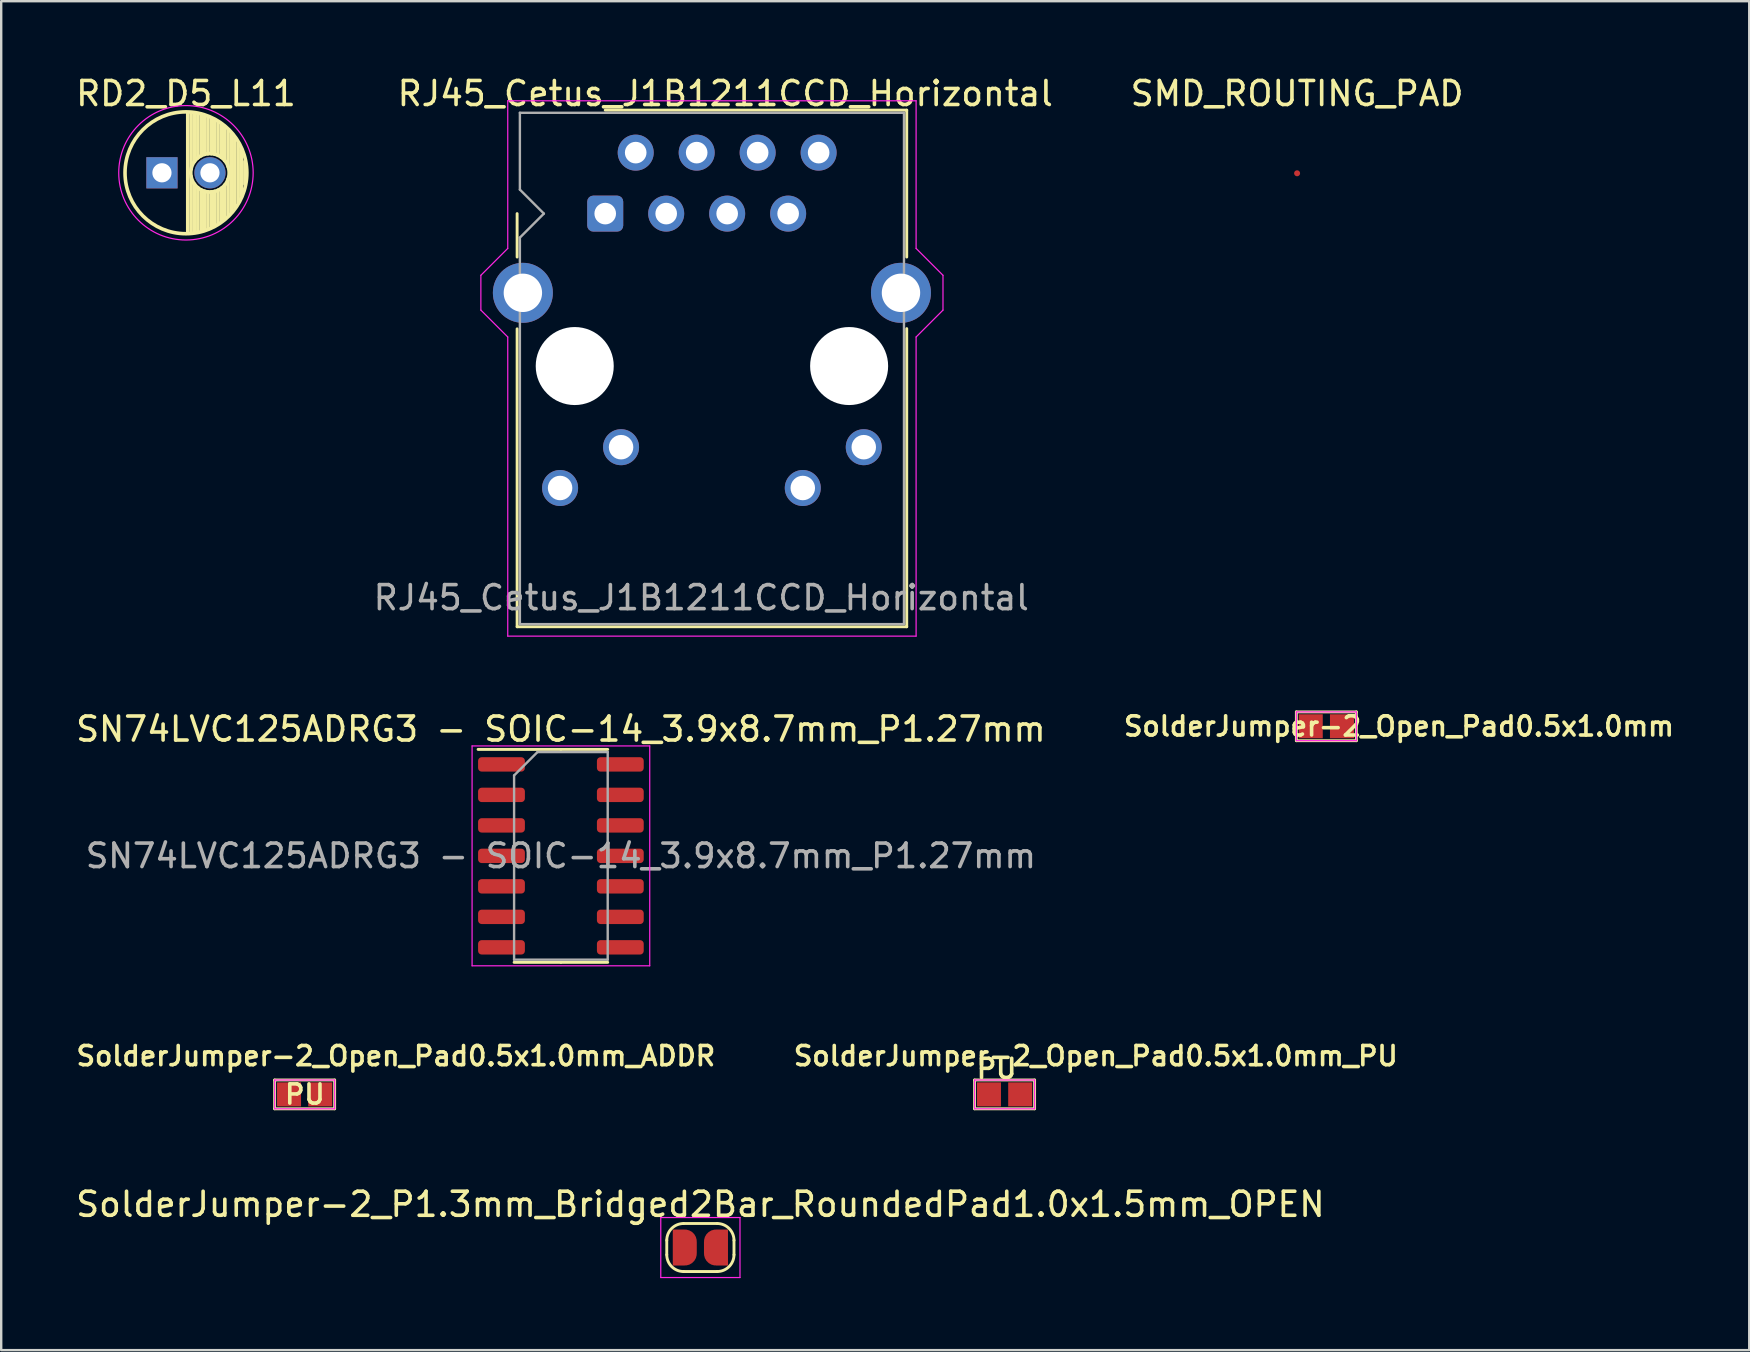
<source format=kicad_pcb>
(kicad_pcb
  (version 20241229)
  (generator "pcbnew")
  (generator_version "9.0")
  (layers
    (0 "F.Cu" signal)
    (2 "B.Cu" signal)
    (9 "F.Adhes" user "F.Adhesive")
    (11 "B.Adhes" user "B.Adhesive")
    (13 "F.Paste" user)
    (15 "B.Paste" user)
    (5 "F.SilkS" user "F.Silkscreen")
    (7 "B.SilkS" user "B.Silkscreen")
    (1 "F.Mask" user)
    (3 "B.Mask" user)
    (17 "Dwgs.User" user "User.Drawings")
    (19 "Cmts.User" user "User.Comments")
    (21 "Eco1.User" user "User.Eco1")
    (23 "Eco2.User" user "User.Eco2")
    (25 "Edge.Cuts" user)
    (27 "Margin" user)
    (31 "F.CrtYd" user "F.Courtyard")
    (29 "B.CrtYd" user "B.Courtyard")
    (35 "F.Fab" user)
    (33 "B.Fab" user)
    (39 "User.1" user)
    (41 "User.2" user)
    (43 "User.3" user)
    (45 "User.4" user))
  (footprint "RD2_D5_L11"
    (layer "F.Cu")
    (at 3.696 4.148)
    (property "Reference" "RD2_D5_L11" (at 1 -3.3 0) (layer "F.SilkS") (effects (font (size 1 1) (thickness 0.15))))
    (attr through_hole)
    (fp_line (start 1.075 -2.499) (end 1.075 2.499) (stroke (width 0.15) (type solid)) (layer "F.SilkS"))
    (fp_line (start 1.215 -2.491) (end 1.215 -0.154) (stroke (width 0.15) (type solid)) (layer "F.SilkS"))
    (fp_line (start 1.215 0.154) (end 1.215 2.491) (stroke (width 0.15) (type solid)) (layer "F.SilkS"))
    (fp_line (start 1.355 -2.475) (end 1.355 -0.473) (stroke (width 0.15) (type solid)) (layer "F.SilkS"))
    (fp_line (start 1.355 0.473) (end 1.355 2.475) (stroke (width 0.15) (type solid)) (layer "F.SilkS"))
    (fp_line (start 1.495 -2.451) (end 1.495 -0.62) (stroke (width 0.15) (type solid)) (layer "F.SilkS"))
    (fp_line (start 1.495 0.62) (end 1.495 2.451) (stroke (width 0.15) (type solid)) (layer "F.SilkS"))
    (fp_line (start 1.635 -2.418) (end 1.635 -0.712) (stroke (width 0.15) (type solid)) (layer "F.SilkS"))
    (fp_line (start 1.635 0.712) (end 1.635 2.418) (stroke (width 0.15) (type solid)) (layer "F.SilkS"))
    (fp_line (start 1.775 -2.377) (end 1.775 -0.768) (stroke (width 0.15) (type solid)) (layer "F.SilkS"))
    (fp_line (start 1.775 0.768) (end 1.775 2.377) (stroke (width 0.15) (type solid)) (layer "F.SilkS"))
    (fp_line (start 1.915 -2.327) (end 1.915 -0.795) (stroke (width 0.15) (type solid)) (layer "F.SilkS"))
    (fp_line (start 1.915 0.795) (end 1.915 2.327) (stroke (width 0.15) (type solid)) (layer "F.SilkS"))
    (fp_line (start 2.055 -2.266) (end 2.055 -0.798) (stroke (width 0.15) (type solid)) (layer "F.SilkS"))
    (fp_line (start 2.055 0.798) (end 2.055 2.266) (stroke (width 0.15) (type solid)) (layer "F.SilkS"))
    (fp_line (start 2.195 -2.196) (end 2.195 -0.776) (stroke (width 0.15) (type solid)) (layer "F.SilkS"))
    (fp_line (start 2.195 0.776) (end 2.195 2.196) (stroke (width 0.15) (type solid)) (layer "F.SilkS"))
    (fp_line (start 2.335 -2.114) (end 2.335 -0.726) (stroke (width 0.15) (type solid)) (layer "F.SilkS"))
    (fp_line (start 2.335 0.726) (end 2.335 2.114) (stroke (width 0.15) (type solid)) (layer "F.SilkS"))
    (fp_line (start 2.475 -2.019) (end 2.475 -0.644) (stroke (width 0.15) (type solid)) (layer "F.SilkS"))
    (fp_line (start 2.475 0.644) (end 2.475 2.019) (stroke (width 0.15) (type solid)) (layer "F.SilkS"))
    (fp_line (start 2.615 -1.908) (end 2.615 -0.512) (stroke (width 0.15) (type solid)) (layer "F.SilkS"))
    (fp_line (start 2.615 0.512) (end 2.615 1.908) (stroke (width 0.15) (type solid)) (layer "F.SilkS"))
    (fp_line (start 2.755 -1.78) (end 2.755 -0.265) (stroke (width 0.15) (type solid)) (layer "F.SilkS"))
    (fp_line (start 2.755 0.265) (end 2.755 1.78) (stroke (width 0.15) (type solid)) (layer "F.SilkS"))
    (fp_line (start 2.895 -1.631) (end 2.895 1.631) (stroke (width 0.15) (type solid)) (layer "F.SilkS"))
    (fp_line (start 3.035 -1.452) (end 3.035 1.452) (stroke (width 0.15) (type solid)) (layer "F.SilkS"))
    (fp_line (start 3.175 -1.233) (end 3.175 1.233) (stroke (width 0.15) (type solid)) (layer "F.SilkS"))
    (fp_line (start 3.315 -0.944) (end 3.315 0.944) (stroke (width 0.15) (type solid)) (layer "F.SilkS"))
    (fp_line (start 3.455 -0.472) (end 3.455 0.472) (stroke (width 0.15) (type solid)) (layer "F.SilkS"))
    (fp_circle (center 1 0) (end 1 -2.538) (stroke (width 0.15) (type solid)) (fill no) (layer "F.SilkS"))
    (fp_circle (center 2 0) (end 2 -0.8) (stroke (width 0.15) (type solid)) (fill no) (layer "F.SilkS"))
    (fp_circle (center 1 0) (end 1 -2.8) (stroke (width 0.05) (type solid)) (fill no) (layer "F.CrtYd"))
    (pad "1" thru_hole rect (at 0 0) (size 1.3 1.3) (drill 0.8) (layers "*.Cu" "*.Mask"))
    (pad "2" thru_hole circle (at 2 0) (size 1.3 1.3) (drill 0.8) (layers "*.Cu" "*.Mask")))
  (footprint "SolderJumper-2_Open_Pad0.5x1.0mm_ADDR"
    (layer "F.Cu")
    (at 9.64 42.538)
    (property "Reference" "SolderJumper-2_Open_Pad0.5x1.0mm_ADDR" (at 3.8 -1.6 180) (layer "F.SilkS") (effects (font (size 0.8 0.8) (thickness 0.15))))
    (property "Label" "PU" (at 0 0 0) (unlocked yes) (layer "F.Fab") (hide yes) (effects (font (size 1 1) (thickness 0.15))))
    (attr exclude_from_pos_files exclude_from_bom)
    (fp_line (start -1.25 -0.6) (end 1.25 -0.6) (stroke (width 0.12) (type solid)) (layer "F.SilkS"))
    (fp_line (start -1.25 0.6) (end -1.25 -0.6) (stroke (width 0.12) (type solid)) (layer "F.SilkS"))
    (fp_line (start 1.25 -0.6) (end 1.25 0.6) (stroke (width 0.12) (type solid)) (layer "F.SilkS"))
    (fp_line (start 1.25 0.6) (end -1.25 0.6) (stroke (width 0.12) (type solid)) (layer "F.SilkS"))
    (fp_line (start -1.25 -0.6) (end -1.25 0.6) (stroke (width 0.05) (type solid)) (layer "F.CrtYd"))
    (fp_line (start -1.25 -0.6) (end 1.25 -0.6) (stroke (width 0.05) (type solid)) (layer "F.CrtYd"))
    (fp_line (start 1.25 0.6) (end -1.25 0.6) (stroke (width 0.05) (type solid)) (layer "F.CrtYd"))
    (fp_line (start 1.25 0.6) (end 1.25 -0.6) (stroke (width 0.05) (type solid)) (layer "F.CrtYd"))
    (fp_text user "${Label}" (at 0.01 0 0) (unlocked yes) (layer "F.SilkS") (effects (font (size 0.8 0.8) (thickness 0.15) (bold yes))))
    (pad "1" smd rect (at -0.65 0 180) (size 1 1) (layers "F.Cu" "F.Mask"))
    (pad "2" smd rect (at 0.65 0 180) (size 1 1) (layers "F.Cu" "F.Mask")))
  (footprint "SN74LVC125ADRG3 - SOIC-14_3.9x8.7mm_P1.27mm"
    (layer "F.Cu")
    (at 20.315 32.602)
    (property "Reference" "SN74LVC125ADRG3 - SOIC-14_3.9x8.7mm_P1.27mm" (at 0 -5.28 0) (layer "F.SilkS") (effects (font (size 1 1) (thickness 0.15))))
    (attr smd)
    (fp_line (start 0 -4.435) (end -3.45 -4.435) (stroke (width 0.12) (type solid)) (layer "F.SilkS"))
    (fp_line (start 0 -4.435) (end 1.95 -4.435) (stroke (width 0.12) (type solid)) (layer "F.SilkS"))
    (fp_line (start 0 4.435) (end -1.95 4.435) (stroke (width 0.12) (type solid)) (layer "F.SilkS"))
    (fp_line (start 0 4.435) (end 1.95 4.435) (stroke (width 0.12) (type solid)) (layer "F.SilkS"))
    (fp_line (start -3.7 -4.58) (end -3.7 4.58) (stroke (width 0.05) (type solid)) (layer "F.CrtYd"))
    (fp_line (start -3.7 4.58) (end 3.7 4.58) (stroke (width 0.05) (type solid)) (layer "F.CrtYd"))
    (fp_line (start 3.7 -4.58) (end -3.7 -4.58) (stroke (width 0.05) (type solid)) (layer "F.CrtYd"))
    (fp_line (start 3.7 4.58) (end 3.7 -4.58) (stroke (width 0.05) (type solid)) (layer "F.CrtYd"))
    (fp_line (start -1.95 -3.35) (end -0.975 -4.325) (stroke (width 0.1) (type solid)) (layer "F.Fab"))
    (fp_line (start -1.95 4.325) (end -1.95 -3.35) (stroke (width 0.1) (type solid)) (layer "F.Fab"))
    (fp_line (start -0.975 -4.325) (end 1.95 -4.325) (stroke (width 0.1) (type solid)) (layer "F.Fab"))
    (fp_line (start 1.95 -4.325) (end 1.95 4.325) (stroke (width 0.1) (type solid)) (layer "F.Fab"))
    (fp_line (start 1.95 4.325) (end -1.95 4.325) (stroke (width 0.1) (type solid)) (layer "F.Fab"))
    (fp_text user "${REFERENCE}" (at 0 0 0) (layer "F.Fab") (effects (font (size 0.98 0.98) (thickness 0.15))))
    (pad "1" smd roundrect (at -2.475 -3.81) (size 1.95 0.6) (layers "F.Cu" "F.Mask" "F.Paste") (roundrect_rratio 0.25))
    (pad "2" smd roundrect (at -2.475 -2.54) (size 1.95 0.6) (layers "F.Cu" "F.Mask" "F.Paste") (roundrect_rratio 0.25))
    (pad "3" smd roundrect (at -2.475 -1.27) (size 1.95 0.6) (layers "F.Cu" "F.Mask" "F.Paste") (roundrect_rratio 0.25))
    (pad "4" smd roundrect (at -2.475 0) (size 1.95 0.6) (layers "F.Cu" "F.Mask" "F.Paste") (roundrect_rratio 0.25))
    (pad "5" smd roundrect (at -2.475 1.27) (size 1.95 0.6) (layers "F.Cu" "F.Mask" "F.Paste") (roundrect_rratio 0.25))
    (pad "6" smd roundrect (at -2.475 2.54) (size 1.95 0.6) (layers "F.Cu" "F.Mask" "F.Paste") (roundrect_rratio 0.25))
    (pad "7" smd roundrect (at -2.475 3.81) (size 1.95 0.6) (layers "F.Cu" "F.Mask" "F.Paste") (roundrect_rratio 0.25))
    (pad "8" smd roundrect (at 2.475 3.81) (size 1.95 0.6) (layers "F.Cu" "F.Mask" "F.Paste") (roundrect_rratio 0.25))
    (pad "9" smd roundrect (at 2.475 2.54) (size 1.95 0.6) (layers "F.Cu" "F.Mask" "F.Paste") (roundrect_rratio 0.25))
    (pad "10" smd roundrect (at 2.475 1.27) (size 1.95 0.6) (layers "F.Cu" "F.Mask" "F.Paste") (roundrect_rratio 0.25))
    (pad "11" smd roundrect (at 2.475 0) (size 1.95 0.6) (layers "F.Cu" "F.Mask" "F.Paste") (roundrect_rratio 0.25))
    (pad "12" smd roundrect (at 2.475 -1.27) (size 1.95 0.6) (layers "F.Cu" "F.Mask" "F.Paste") (roundrect_rratio 0.25))
    (pad "13" smd roundrect (at 2.475 -2.54) (size 1.95 0.6) (layers "F.Cu" "F.Mask" "F.Paste") (roundrect_rratio 0.25))
    (pad "14" smd roundrect (at 2.475 -3.81) (size 1.95 0.6) (layers "F.Cu" "F.Mask" "F.Paste") (roundrect_rratio 0.25)))
  (footprint "SolderJumper-2_Open_Pad0.5x1.0mm"
    (layer "F.Cu")
    (at 52.201 27.204)
    (property "Reference" "SolderJumper-2_Open_Pad0.5x1.0mm" (at 3.023 0 180) (layer "F.SilkS") (effects (font (size 0.8 0.8) (thickness 0.15))))
    (attr exclude_from_pos_files exclude_from_bom)
    (fp_line (start -1.25 -0.6) (end 1.25 -0.6) (stroke (width 0.12) (type solid)) (layer "F.SilkS"))
    (fp_line (start -1.25 0.6) (end -1.25 -0.6) (stroke (width 0.12) (type solid)) (layer "F.SilkS"))
    (fp_line (start 1.25 -0.6) (end 1.25 0.6) (stroke (width 0.12) (type solid)) (layer "F.SilkS"))
    (fp_line (start 1.25 0.6) (end -1.25 0.6) (stroke (width 0.12) (type solid)) (layer "F.SilkS"))
    (fp_line (start -1.25 -0.6) (end -1.25 0.6) (stroke (width 0.05) (type solid)) (layer "F.CrtYd"))
    (fp_line (start -1.25 -0.6) (end 1.25 -0.6) (stroke (width 0.05) (type solid)) (layer "F.CrtYd"))
    (fp_line (start 1.25 0.6) (end -1.25 0.6) (stroke (width 0.05) (type solid)) (layer "F.CrtYd"))
    (fp_line (start 1.25 0.6) (end 1.25 -0.6) (stroke (width 0.05) (type solid)) (layer "F.CrtYd"))
    (pad "1" smd rect (at -0.65 0 180) (size 1 1) (layers "F.Cu" "F.Mask"))
    (pad "2" smd rect (at 0.65 0 180) (size 1 1) (layers "F.Cu" "F.Mask")))
  (footprint "RJ45_Cetus_J1B1211CCD_Horizontal"
    (layer "F.Cu")
    (at 22.161 5.848)
    (property "Reference" "RJ45_Cetus_J1B1211CCD_Horizontal" (at 5 -5 0) (layer "F.SilkS") (effects (font (size 1 1) (thickness 0.15))))
    (attr through_hole)
    (fp_line (start -3.67 0) (end -3.67 1.81) (stroke (width 0.12) (type solid)) (layer "F.SilkS"))
    (fp_line (start -3.67 4.8) (end -3.67 17.21) (stroke (width 0.12) (type solid)) (layer "F.SilkS"))
    (fp_line (start 0 -4.31) (end 12.56 -4.31) (stroke (width 0.12) (type solid)) (layer "F.SilkS"))
    (fp_line (start 12.56 -4.31) (end 12.56 1.81) (stroke (width 0.12) (type solid)) (layer "F.SilkS"))
    (fp_line (start 12.56 4.79) (end 12.56 17.21) (stroke (width 0.12) (type solid)) (layer "F.SilkS"))
    (fp_line (start 12.56 17.21) (end -3.67 17.21) (stroke (width 0.12) (type solid)) (layer "F.SilkS"))
    (fp_line (start -5.18 4.02) (end -5.18 2.57) (stroke (width 0.05) (type solid)) (layer "F.CrtYd"))
    (fp_line (start -5.18 4.02) (end -4.06 5.14) (stroke (width 0.05) (type solid)) (layer "F.CrtYd"))
    (fp_line (start -4.06 -4.7) (end 12.95 -4.7) (stroke (width 0.05) (type solid)) (layer "F.CrtYd"))
    (fp_line (start -4.06 1.45) (end -5.18 2.57) (stroke (width 0.05) (type solid)) (layer "F.CrtYd"))
    (fp_line (start -4.06 1.45) (end -4.06 -4.7) (stroke (width 0.05) (type solid)) (layer "F.CrtYd"))
    (fp_line (start -4.06 5.14) (end -4.06 17.6) (stroke (width 0.05) (type solid)) (layer "F.CrtYd"))
    (fp_line (start -4.06 17.6) (end 12.95 17.6) (stroke (width 0.05) (type solid)) (layer "F.CrtYd"))
    (fp_line (start 12.95 1.45) (end 12.95 -4.7) (stroke (width 0.05) (type solid)) (layer "F.CrtYd"))
    (fp_line (start 12.95 1.45) (end 14.07 2.57) (stroke (width 0.05) (type solid)) (layer "F.CrtYd"))
    (fp_line (start 12.95 5.14) (end 12.95 17.6) (stroke (width 0.05) (type solid)) (layer "F.CrtYd"))
    (fp_line (start 14.07 4.02) (end 12.95 5.14) (stroke (width 0.05) (type solid)) (layer "F.CrtYd"))
    (fp_line (start 14.07 4.02) (end 14.07 2.57) (stroke (width 0.05) (type solid)) (layer "F.CrtYd"))
    (fp_line (start -3.555 -4.2) (end -3.555 -1) (stroke (width 0.1) (type solid)) (layer "F.Fab"))
    (fp_line (start -3.555 -4.2) (end 12.445 -4.2) (stroke (width 0.1) (type solid)) (layer "F.Fab"))
    (fp_line (start -3.555 1) (end -3.555 17.1) (stroke (width 0.1) (type solid)) (layer "F.Fab"))
    (fp_line (start -3.555 17.1) (end 12.445 17.1) (stroke (width 0.1) (type solid)) (layer "F.Fab"))
    (fp_line (start -2.555 0) (end -3.555 -1) (stroke (width 0.1) (type solid)) (layer "F.Fab"))
    (fp_line (start -2.555 0) (end -3.555 1) (stroke (width 0.1) (type solid)) (layer "F.Fab"))
    (fp_line (start 12.445 -4.2) (end 12.445 17.1) (stroke (width 0.1) (type solid)) (layer "F.Fab"))
    (fp_text user "${REFERENCE}" (at 4 16 0) (layer "F.Fab") (effects (font (size 1 1) (thickness 0.15))))
    (pad "" np_thru_hole circle (at -1.27 6.35) (size 3.25 3.25) (drill 3.25) (layers "*.Cu" "*.Mask"))
    (pad "" np_thru_hole circle (at 10.16 6.35) (size 3.25 3.25) (drill 3.25) (layers "*.Cu" "*.Mask"))
    (pad "1" thru_hole roundrect (at 0 0) (size 1.5 1.5) (drill 0.9) (layers "*.Cu" "*.Mask") (roundrect_rratio 0.167))
    (pad "2" thru_hole circle (at 1.27 -2.54) (size 1.5 1.5) (drill 0.9) (layers "*.Cu" "*.Mask"))
    (pad "3" thru_hole circle (at 2.54 0) (size 1.5 1.5) (drill 0.9) (layers "*.Cu" "*.Mask"))
    (pad "4" thru_hole circle (at 3.81 -2.54) (size 1.5 1.5) (drill 0.9) (layers "*.Cu" "*.Mask"))
    (pad "5" thru_hole circle (at 5.08 0) (size 1.5 1.5) (drill 0.9) (layers "*.Cu" "*.Mask"))
    (pad "6" thru_hole circle (at 6.35 -2.54) (size 1.5 1.5) (drill 0.9) (layers "*.Cu" "*.Mask"))
    (pad "7" thru_hole circle (at 7.62 0) (size 1.5 1.5) (drill 0.9) (layers "*.Cu" "*.Mask"))
    (pad "8" thru_hole circle (at 8.89 -2.54) (size 1.5 1.5) (drill 0.9) (layers "*.Cu" "*.Mask"))
    (pad "9" thru_hole circle (at -1.88 11.43) (size 1.5 1.5) (drill 1.02) (layers "*.Cu" "*.Mask"))
    (pad "10" thru_hole circle (at 0.66 9.73) (size 1.5 1.5) (drill 1.02) (layers "*.Cu" "*.Mask"))
    (pad "11" thru_hole circle (at 8.23 11.43) (size 1.5 1.5) (drill 1.02) (layers "*.Cu" "*.Mask"))
    (pad "12" thru_hole circle (at 10.77 9.73) (size 1.5 1.5) (drill 1.02) (layers "*.Cu" "*.Mask"))
    (pad "13" thru_hole circle (at -3.43 3.3) (size 2.5 2.5) (drill 1.6) (layers "*.Cu" "*.Mask"))
    (pad "13" thru_hole circle (at 12.32 3.3) (size 2.5 2.5) (drill 1.6) (layers "*.Cu" "*.Mask")))
  (footprint "SolderJumper-2_P1.3mm_Bridged2Bar_RoundedPad1.0x1.5mm_OPEN"
    (layer "F.Cu")
    (at 26.125 48.917)
    (property "Reference" "SolderJumper-2_P1.3mm_Bridged2Bar_RoundedPad1.0x1.5mm_OPEN" (at 0 -1.8 0) (layer "F.SilkS") (effects (font (size 1 1) (thickness 0.15))))
    (attr exclude_from_pos_files)
    (fp_line (start -1.4 0.3) (end -1.4 -0.3) (stroke (width 0.12) (type solid)) (layer "F.SilkS"))
    (fp_line (start -0.7 -1) (end 0.7 -1) (stroke (width 0.12) (type solid)) (layer "F.SilkS"))
    (fp_line (start 0.7 1) (end -0.7 1) (stroke (width 0.12) (type solid)) (layer "F.SilkS"))
    (fp_line (start 1.4 -0.3) (end 1.4 0.3) (stroke (width 0.12) (type solid)) (layer "F.SilkS"))
    (fp_arc (start -1.4 -0.3) (mid -1.194975 -0.794975) (end -0.7 -1) (stroke (width 0.12) (type solid)) (layer "F.SilkS"))
    (fp_arc (start -0.7 1) (mid -1.194975 0.794975) (end -1.4 0.3) (stroke (width 0.12) (type solid)) (layer "F.SilkS"))
    (fp_arc (start 0.7 -1) (mid 1.194975 -0.794975) (end 1.4 -0.3) (stroke (width 0.12) (type solid)) (layer "F.SilkS"))
    (fp_arc (start 1.4 0.3) (mid 1.194975 0.794975) (end 0.7 1) (stroke (width 0.12) (type solid)) (layer "F.SilkS"))
    (fp_line (start -1.65 -1.25) (end -1.65 1.25) (stroke (width 0.05) (type solid)) (layer "F.CrtYd"))
    (fp_line (start -1.65 -1.25) (end 1.65 -1.25) (stroke (width 0.05) (type solid)) (layer "F.CrtYd"))
    (fp_line (start 1.65 1.25) (end -1.65 1.25) (stroke (width 0.05) (type solid)) (layer "F.CrtYd"))
    (fp_line (start 1.65 1.25) (end 1.65 -1.25) (stroke (width 0.05) (type solid)) (layer "F.CrtYd"))
    (pad "1" smd custom (at -0.65 0 180) (size 1 0.5) (layers "F.Cu" "F.Mask") (options (anchor rect)) (primitives (gr_circle (center 0 0.25) (end 0.5 0.25) (width 0) (fill yes)) (gr_circle (center 0 -0.25) (end 0.5 -0.25) (width 0) (fill yes)) (gr_poly (pts (xy 0.5 0.75) (xy 0 0.75) (xy 0 -0.75) (xy 0.5 -0.75)) (width 0) (fill yes))))
    (pad "2" smd custom (at 0.65 0 180) (size 1 0.5) (layers "F.Cu" "F.Mask") (options (anchor rect)) (primitives (gr_circle (center 0 0.25) (end 0.5 0.25) (width 0) (fill yes)) (gr_circle (center 0 -0.25) (end 0.5 -0.25) (width 0) (fill yes)) (gr_poly (pts (xy 0 0.75) (xy -0.5 0.75) (xy -0.5 -0.75) (xy 0 -0.75)) (width 0) (fill yes)))))
  (footprint "SMD_ROUTING_PAD"
    (layer "F.Cu")
    (at 50.982 4.168)
    (property "Reference" "SMD_ROUTING_PAD" (at 0 -3.32 0) (layer "F.SilkS") (effects (font (size 1 1) (thickness 0.15))))
    (attr through_hole exclude_from_bom dnp)
    (fp_circle (center 0 0) (end 0.2 0.2) (stroke (width 0.001) (type solid)) (fill no) (layer "F.SilkS"))
    (fp_circle (center 0 0) (end 0.2 0.2) (stroke (width 0.001) (type solid)) (fill no) (layer "B.SilkS"))
    (fp_circle (center 0 0) (end 0.2 0.2) (stroke (width 0.001) (type solid)) (fill no) (layer "B.SilkS"))
    (pad "1" smd circle (at 0 0) (size 0.25 0.25) (layers "F.Cu")))
  (footprint "SolderJumper-2_Open_Pad0.5x1.0mm_PU"
    (layer "F.Cu")
    (at 38.797 42.538)
    (property "Reference" "SolderJumper-2_Open_Pad0.5x1.0mm_PU" (at 3.8 -1.6 180) (layer "F.SilkS") (effects (font (size 0.8 0.8) (thickness 0.15))))
    (property "Label" "PU" (at 0 0 0) (unlocked yes) (layer "F.Fab") (hide yes) (effects (font (size 1 1) (thickness 0.15))))
    (attr exclude_from_pos_files exclude_from_bom)
    (fp_line (start -1.25 -0.6) (end 1.25 -0.6) (stroke (width 0.12) (type solid)) (layer "F.SilkS"))
    (fp_line (start -1.25 0.6) (end -1.25 -0.6) (stroke (width 0.12) (type solid)) (layer "F.SilkS"))
    (fp_line (start 1.25 -0.6) (end 1.25 0.6) (stroke (width 0.12) (type solid)) (layer "F.SilkS"))
    (fp_line (start 1.25 0.6) (end -1.25 0.6) (stroke (width 0.12) (type solid)) (layer "F.SilkS"))
    (fp_line (start -1.25 -0.6) (end -1.25 0.6) (stroke (width 0.05) (type solid)) (layer "F.CrtYd"))
    (fp_line (start -1.25 -0.6) (end 1.25 -0.6) (stroke (width 0.05) (type solid)) (layer "F.CrtYd"))
    (fp_line (start 1.25 0.6) (end -1.25 0.6) (stroke (width 0.05) (type solid)) (layer "F.CrtYd"))
    (fp_line (start 1.25 0.6) (end 1.25 -0.6) (stroke (width 0.05) (type solid)) (layer "F.CrtYd"))
    (fp_text user "${Label}" (at -1.25 -0.6 0) (unlocked yes) (layer "F.SilkS") (effects (font (size 0.8 0.8) (thickness 0.15) (bold yes)) (justify left bottom)))
    (pad "1" smd rect (at -0.65 0 180) (size 1 1) (layers "F.Cu" "F.Mask"))
    (pad "2" smd rect (at 0.65 0 180) (size 1 1) (layers "F.Cu" "F.Mask")))
  (gr_rect
    (start -3 -3)
    (end 69.816 53.192)
    (stroke (width 0.1) (type default))
    (fill no)
    (layer "Edge.Cuts")))
</source>
